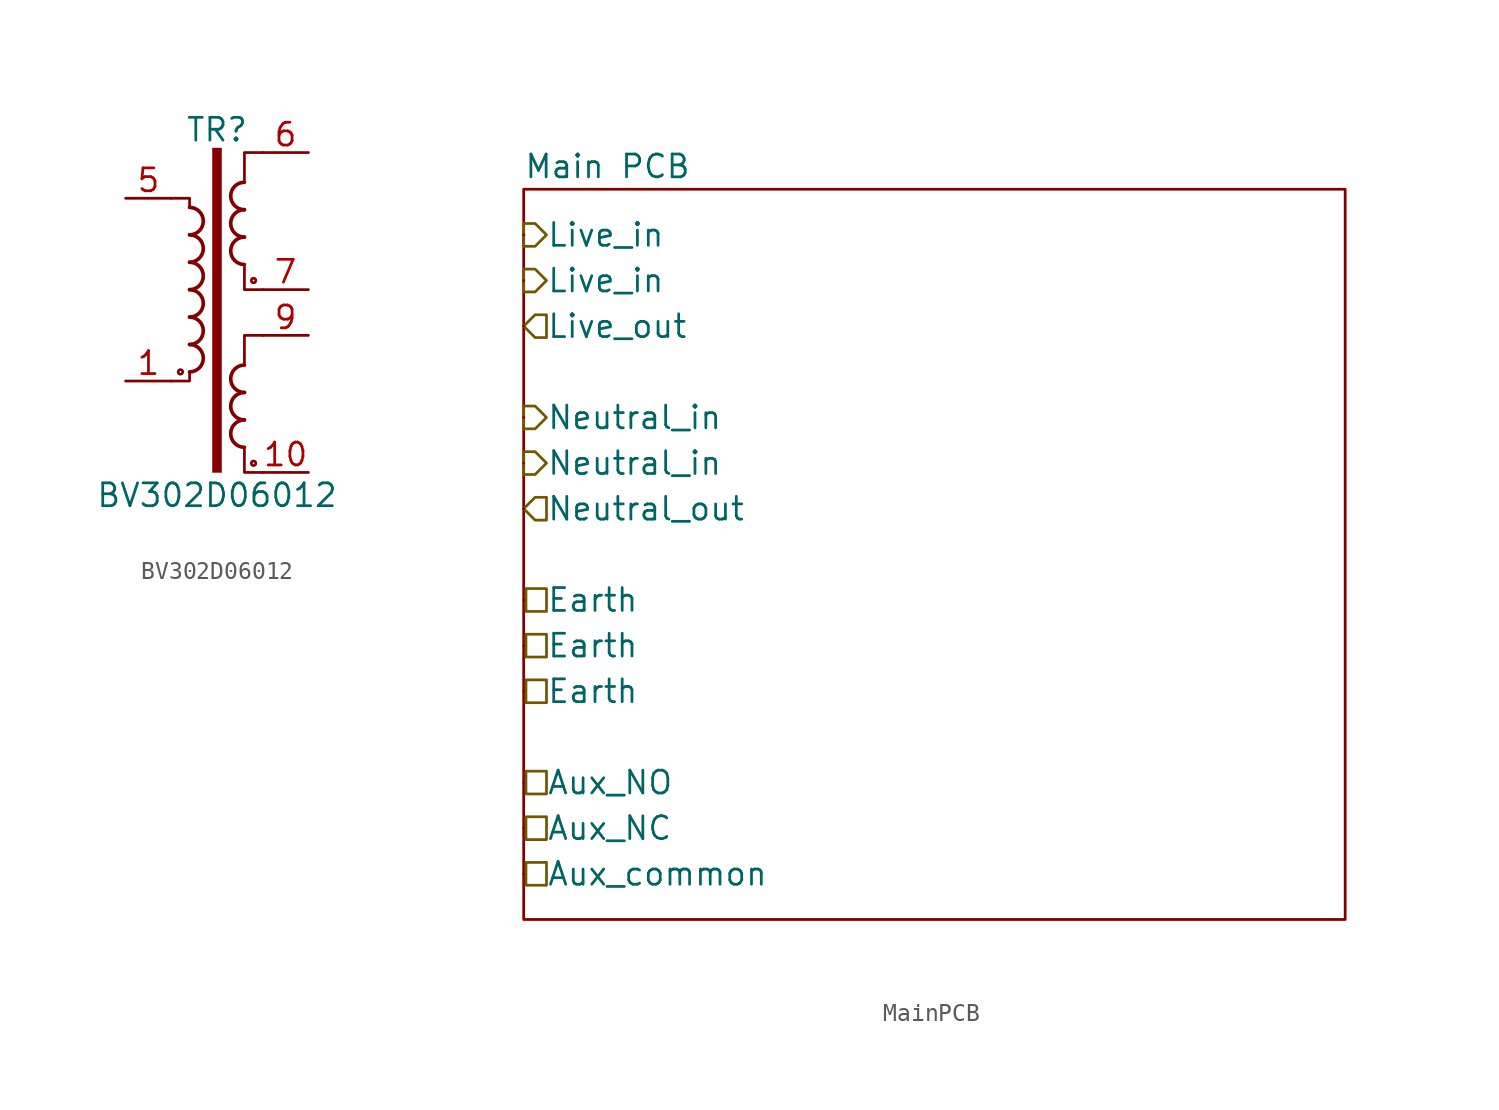
<source format=kicad_sym>
(kicad_symbol_lib
  (version 20241209)
  (generator "kicad_symbol_editor")
  (generator_version "9.0")
  (symbol "BV302D06012"
    (property "Reference" "TR"
      (at 0 8.89 0)
      (effects (font (size 1.27 1.27))))
    (property "Value" "BV302D06012"
      (at 0 -11.43 0)
      (effects (font (size 1.27 1.27))))
    (symbol "BV302D06012_0_1"
      (circle (center -2.032 -4.572) (radius 0.127) (stroke (width 0) (type default)) (fill (type none)))
      (arc (start -1.524 4.572) (mid -0.7653 3.81) (end -1.524 3.048) (stroke (width 0.2032) (type default)) (fill (type none)))
      (arc (start -1.524 3.048) (mid -0.7653 2.286) (end -1.524 1.524) (stroke (width 0.2032) (type default)) (fill (type none)))
      (arc (start -1.524 1.524) (mid -0.7653 0.762) (end -1.524 0) (stroke (width 0.2032) (type default)) (fill (type none)))
      (arc (start -1.524 0) (mid -0.7653 -0.762) (end -1.524 -1.524) (stroke (width 0.2032) (type default)) (fill (type none)))
      (arc (start -1.524 -1.524) (mid -0.7653 -2.286) (end -1.524 -3.048) (stroke (width 0.2032) (type default)) (fill (type none)))
      (arc (start -1.524 -3.048) (mid -0.7653 -3.81) (end -1.524 -4.572) (stroke (width 0.2032) (type default)) (fill (type none)))
      (polyline (pts (xy -1.524 4.572) (xy -1.524 5.08) (xy -2.54 5.08)) (stroke (width 0) (type default)) (fill (type none)))
      (polyline (pts (xy -1.524 -4.572) (xy -1.524 -5.08) (xy -2.54 -5.08)) (stroke (width 0) (type default)) (fill (type none)))
      (rectangle (start -0.254 7.874) (end 0.254 -10.16) (stroke (width 0.025) (type default)) (fill (type outline)))
      (polyline (pts (xy 1.524 -8.89) (xy 1.524 -10.16) (xy 2.54 -10.16)) (stroke (width 0) (type default)) (fill (type none)))
      (arc (start 1.524 4.445) (mid 0.7653 5.207) (end 1.524 5.969) (stroke (width 0.2032) (type default)) (fill (type none)))
      (arc (start 1.524 2.921) (mid 0.7653 3.683) (end 1.524 4.445) (stroke (width 0.2032) (type default)) (fill (type none)))
      (arc (start 1.524 1.397) (mid 0.7653 2.159) (end 1.524 2.921) (stroke (width 0.2032) (type default)) (fill (type none)))
      (arc (start 1.524 -5.715) (mid 0.7653 -4.953) (end 1.524 -4.191) (stroke (width 0.2032) (type default)) (fill (type none)))
      (arc (start 1.524 -7.239) (mid 0.7653 -6.477) (end 1.524 -5.715) (stroke (width 0.2032) (type default)) (fill (type none)))
      (arc (start 1.524 -8.763) (mid 0.7653 -8.001) (end 1.524 -7.239) (stroke (width 0.2032) (type default)) (fill (type none)))
      (circle (center 2.032 0.508) (radius 0.127) (stroke (width 0) (type default)) (fill (type none)))
      (circle (center 2.032 -9.652) (radius 0.127) (stroke (width 0) (type default)) (fill (type none)))
      (polyline (pts (xy 2.54 7.62) (xy 1.524 7.62) (xy 1.524 6.096)) (stroke (width 0) (type default)) (fill (type none)))
      (polyline (pts (xy 2.54 0) (xy 1.524 0) (xy 1.524 1.27)) (stroke (width 0) (type default)) (fill (type none)))
      (polyline (pts (xy 2.54 -2.54) (xy 1.524 -2.54) (xy 1.524 -4.064)) (stroke (width 0) (type default)) (fill (type none))))
    (symbol "BV302D06012_1_1"
      (pin passive line (at -5.08 5.08 0) (length 2.54) (name "~" (effects (font (size 1.27 1.27)))) (number "5" (effects (font (size 1.27 1.27)))))
      (pin passive line (at -5.08 -5.08 0) (length 2.54) (name "~" (effects (font (size 1.27 1.27)))) (number "1" (effects (font (size 1.27 1.27)))))
      (pin passive line (at 5.08 7.62 180) (length 2.54) (name "~" (effects (font (size 1.27 1.27)))) (number "6" (effects (font (size 1.27 1.27)))))
      (pin passive line (at 5.08 0 180) (length 2.54) (name "~" (effects (font (size 1.27 1.27)))) (number "7" (effects (font (size 1.27 1.27)))))
      (pin passive line (at 5.08 -2.54 180) (length 2.54) (name "~" (effects (font (size 1.27 1.27)))) (number "9" (effects (font (size 1.27 1.27)))))
      (pin passive line (at 5.08 -10.16 180) (length 2.54) (name "~" (effects (font (size 1.27 1.27)))) (number "10" (effects (font (size 1.27 1.27)))))))
  (symbol "MainPCB"
    (pin_numbers
      (hide yes))
    (pin_names
      (offset 1.27))
    (property "Reference" "#MOD"
      (at 0 0 0)
      (effects (font (size 1.27 1.27)) (hide yes)))
    (property "Value" "Main PCB"
      (at -22.86 -1.27 0)
      (do_not_autoplace)
      (effects (font (size 1.27 1.27)) (justify left)))
    (symbol "MainPCB_0_1"
      (rectangle (start -22.86 -2.54) (end 22.86 -43.18) (stroke (width 0) (type default)) (fill (type none))))
    (symbol "MainPCB_1_1"
      (polyline (pts (xy -22.86 -5.08) (xy -22.86 -4.445) (xy -22.225 -4.445) (xy -21.59 -5.08) (xy -22.225 -5.715) (xy -22.86 -5.715) (xy -22.86 -5.08)) (stroke (width 0) (type solid) (color 114 86 0 1)) (fill (type none)))
      (polyline (pts (xy -22.86 -7.62) (xy -22.86 -6.985) (xy -22.225 -6.985) (xy -21.59 -7.62) (xy -22.225 -8.255) (xy -22.86 -8.255) (xy -22.86 -7.62)) (stroke (width 0) (type solid) (color 114 86 0 1)) (fill (type none)))
      (polyline (pts (xy -22.86 -15.24) (xy -22.86 -14.605) (xy -22.225 -14.605) (xy -21.59 -15.24) (xy -22.225 -15.875) (xy -22.86 -15.875) (xy -22.86 -15.24)) (stroke (width 0) (type solid) (color 114 86 0 1)) (fill (type none)))
      (polyline (pts (xy -22.86 -17.78) (xy -22.86 -17.145) (xy -22.225 -17.145) (xy -21.59 -17.78) (xy -22.225 -18.415) (xy -22.86 -18.415) (xy -22.86 -17.78)) (stroke (width 0) (type solid) (color 114 86 0 1)) (fill (type none)))
      (polyline (pts (xy -21.59 -10.16) (xy -21.59 -9.525) (xy -22.225 -9.525) (xy -22.86 -10.16) (xy -22.225 -10.795) (xy -21.59 -10.795) (xy -21.59 -10.16)) (stroke (width 0) (type solid) (color 114 86 0 1)) (fill (type none)))
      (polyline (pts (xy -21.59 -20.32) (xy -21.59 -19.685) (xy -22.225 -19.685) (xy -22.86 -20.32) (xy -22.225 -20.955) (xy -21.59 -20.955) (xy -21.59 -20.32)) (stroke (width 0) (type solid) (color 114 86 0 1)) (fill (type none)))
      (polyline (pts (xy -21.59 -25.4) (xy -21.59 -24.765) (xy -22.733 -24.765) (xy -22.733 -26.035) (xy -21.59 -26.035) (xy -21.59 -25.4)) (stroke (width 0) (type solid) (color 114 86 0 1)) (fill (type none)))
      (polyline (pts (xy -21.59 -27.94) (xy -21.59 -27.305) (xy -22.733 -27.305) (xy -22.733 -28.575) (xy -21.59 -28.575) (xy -21.59 -27.94)) (stroke (width 0) (type solid) (color 114 86 0 1)) (fill (type none)))
      (polyline (pts (xy -21.59 -30.48) (xy -21.59 -29.845) (xy -22.733 -29.845) (xy -22.733 -31.115) (xy -21.59 -31.115) (xy -21.59 -30.48)) (stroke (width 0) (type solid) (color 114 86 0 1)) (fill (type none)))
      (polyline (pts (xy -21.59 -35.56) (xy -21.59 -34.925) (xy -22.733 -34.925) (xy -22.733 -36.195) (xy -21.59 -36.195) (xy -21.59 -35.56)) (stroke (width 0) (type solid) (color 114 86 0 1)) (fill (type none)))
      (polyline (pts (xy -21.59 -38.1) (xy -21.59 -37.465) (xy -22.733 -37.465) (xy -22.733 -38.735) (xy -21.59 -38.735) (xy -21.59 -38.1)) (stroke (width 0) (type solid) (color 114 86 0 1)) (fill (type none)))
      (polyline (pts (xy -21.59 -40.64) (xy -21.59 -40.005) (xy -22.733 -40.005) (xy -22.733 -41.275) (xy -21.59 -41.275) (xy -21.59 -40.64)) (stroke (width 0) (type solid) (color 114 86 0 1)) (fill (type none)))
      (pin power_in line (at -22.86 -5.08 0) (length 0) (name "Live_in" (effects (font (size 1.27 1.27)))) (number "1" (effects (font (size 1.27 1.27)))))
      (pin power_in line (at -22.86 -7.62 0) (length 0) (name "Live_in" (effects (font (size 1.27 1.27)))) (number "2" (effects (font (size 1.27 1.27)))))
      (pin power_out line (at -22.86 -10.16 0) (length 0) (name "Live_out" (effects (font (size 1.27 1.27)))) (number "3" (effects (font (size 1.27 1.27)))))
      (pin power_in line (at -22.86 -15.24 0) (length 0) (name "Neutral_in" (effects (font (size 1.27 1.27)))) (number "4" (effects (font (size 1.27 1.27)))))
      (pin power_in line (at -22.86 -17.78 0) (length 0) (name "Neutral_in" (effects (font (size 1.27 1.27)))) (number "5" (effects (font (size 1.27 1.27)))))
      (pin power_out line (at -22.86 -20.32 0) (length 0) (name "Neutral_out" (effects (font (size 1.27 1.27)))) (number "6" (effects (font (size 1.27 1.27)))))
      (pin passive line (at -22.86 -25.4 0) (length 0) (name "Earth" (effects (font (size 1.27 1.27)))) (number "7" (effects (font (size 1.27 1.27)))))
      (pin passive line (at -22.86 -27.94 0) (length 0) (name "Earth" (effects (font (size 1.27 1.27)))) (number "8" (effects (font (size 1.27 1.27)))))
      (pin passive line (at -22.86 -30.48 0) (length 0) (name "Earth" (effects (font (size 1.27 1.27)))) (number "9" (effects (font (size 1.27 1.27)))))
      (pin passive line (at -22.86 -35.56 0) (length 0) (name "Aux_NO" (effects (font (size 1.27 1.27)))) (number "10" (effects (font (size 1.27 1.27)))))
      (pin passive line (at -22.86 -38.1 0) (length 0) (name "Aux_NC" (effects (font (size 1.27 1.27)))) (number "11" (effects (font (size 1.27 1.27)))))
      (pin passive line (at -22.86 -40.64 0) (length 0) (name "Aux_common" (effects (font (size 1.27 1.27)))) (number "12" (effects (font (size 1.27 1.27))))))))
</source>
